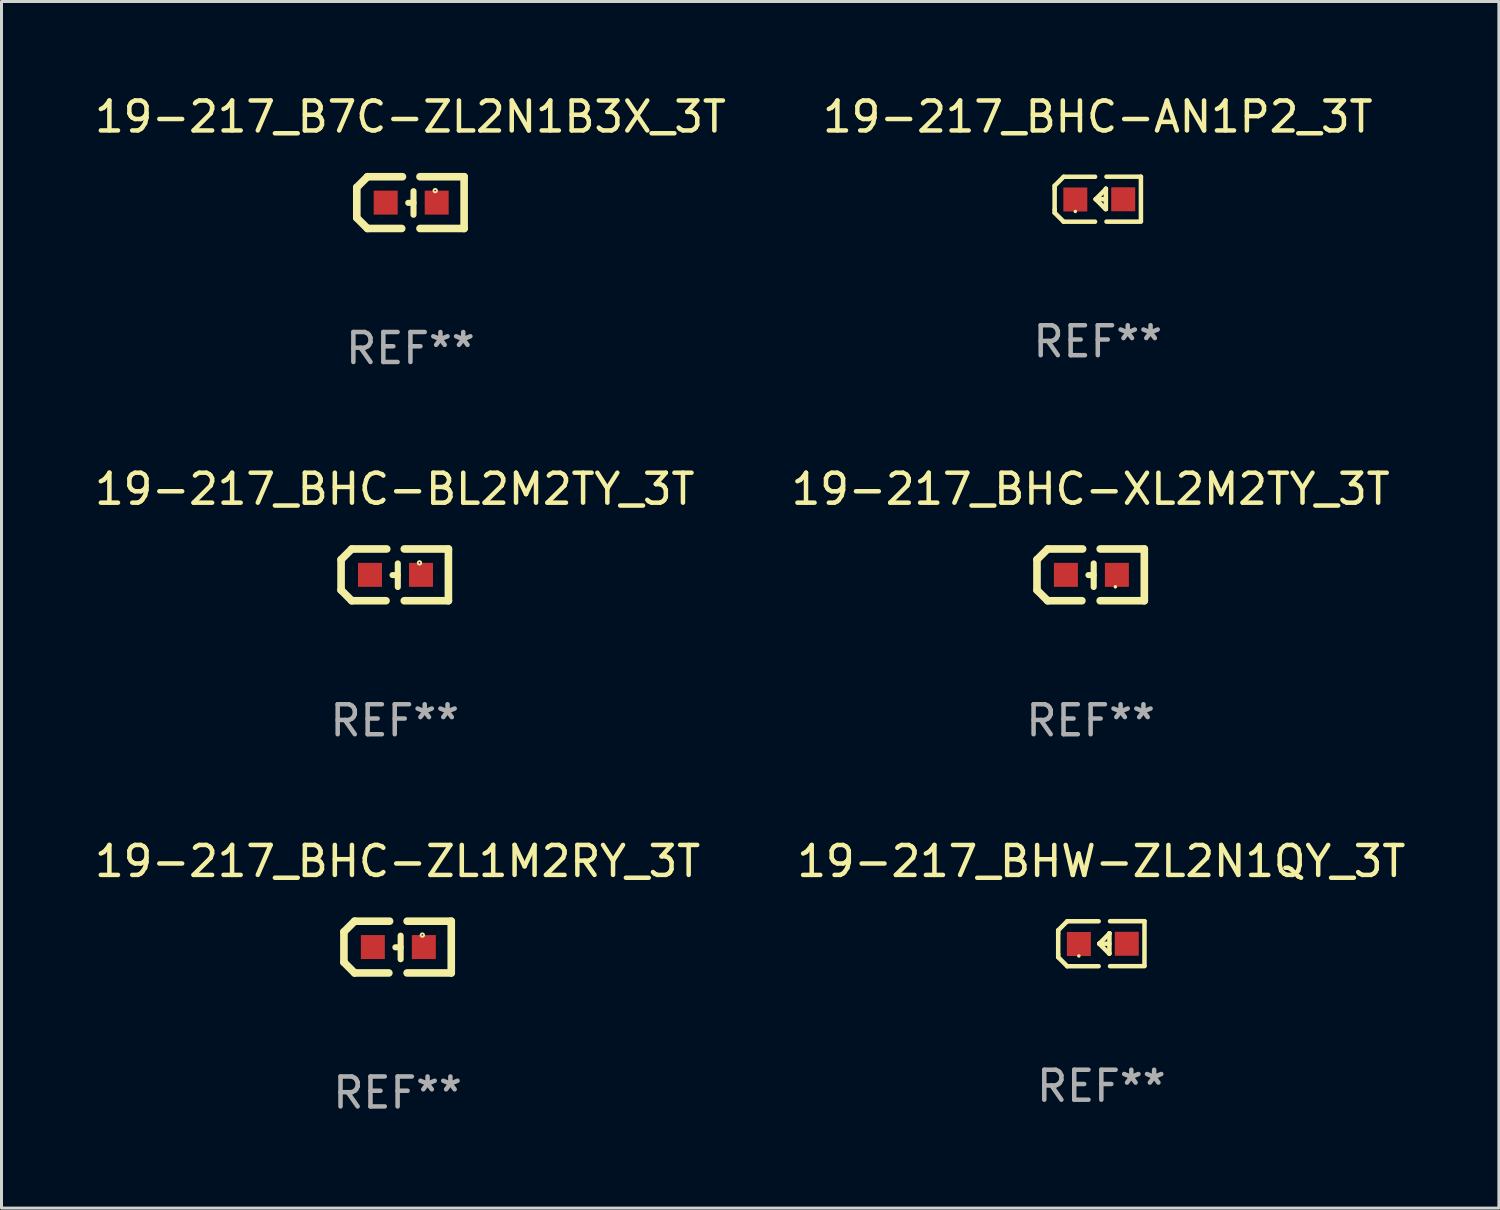
<source format=kicad_pcb>
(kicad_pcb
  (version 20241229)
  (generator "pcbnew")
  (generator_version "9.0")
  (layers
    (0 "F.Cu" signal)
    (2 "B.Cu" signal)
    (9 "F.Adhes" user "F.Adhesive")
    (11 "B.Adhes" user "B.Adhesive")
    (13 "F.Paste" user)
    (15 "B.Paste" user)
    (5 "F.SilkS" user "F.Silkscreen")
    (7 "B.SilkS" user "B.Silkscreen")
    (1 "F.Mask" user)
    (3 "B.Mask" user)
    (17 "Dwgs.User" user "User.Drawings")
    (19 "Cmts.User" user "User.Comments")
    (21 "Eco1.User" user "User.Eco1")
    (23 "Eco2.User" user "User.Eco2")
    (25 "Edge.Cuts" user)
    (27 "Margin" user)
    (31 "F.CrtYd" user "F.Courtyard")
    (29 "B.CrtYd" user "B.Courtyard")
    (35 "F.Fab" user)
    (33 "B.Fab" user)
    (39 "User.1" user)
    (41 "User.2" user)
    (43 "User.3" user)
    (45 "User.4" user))
  (footprint "19-217_B7C-ZL2N1B3X_3T"
    (layer "F.Cu")
    (at 10.649 3.712)
    (property "Reference" "19-217_B7C-ZL2N1B3X_3T" (at 0 -2.864 0) (layer "F.SilkS") (effects (font (size 1 1) (thickness 0.15))))
    (attr through_hole)
    (fp_line (start -1.791 -0.508) (end -1.435 -0.864) (stroke (width 0.254) (type solid)) (layer "F.SilkS"))
    (fp_line (start -1.791 0.508) (end -1.791 -0.508) (stroke (width 0.254) (type solid)) (layer "F.SilkS"))
    (fp_line (start -1.435 0.864) (end -1.791 0.508) (stroke (width 0.254) (type solid)) (layer "F.SilkS"))
    (fp_line (start -0.292 0.864) (end -1.435 0.864) (stroke (width 0.254) (type solid)) (layer "F.SilkS"))
    (fp_line (start -0.267 -0.864) (end -1.435 -0.864) (stroke (width 0.254) (type solid)) (layer "F.SilkS"))
    (fp_line (start 0.102 0.008) (end -0.074 0.008) (stroke (width 0.203) (type solid)) (layer "F.SilkS"))
    (fp_line (start 0.102 0.406) (end 0.102 -0.381) (stroke (width 0.203) (type solid)) (layer "F.SilkS"))
    (fp_line (start 1.791 -0.864) (end 0.318 -0.864) (stroke (width 0.254) (type solid)) (layer "F.SilkS"))
    (fp_line (start 1.791 0.864) (end 0.318 0.864) (stroke (width 0.254) (type solid)) (layer "F.SilkS"))
    (fp_line (start 1.791 0.864) (end 1.791 -0.864) (stroke (width 0.254) (type solid)) (layer "F.SilkS"))
    (fp_circle (center 0.826 -0.4) (end 0.855 -0.4) (stroke (width 0.06) (type solid)) (fill no) (layer "F.SilkS"))
    (fp_text user "REF**" (at 0 4.864 0) (layer "F.Fab") (effects (font (size 1 1) (thickness 0.15))))
    (pad "1" smd rect (at 0.876 0 90) (size 0.8 0.8) (layers "F.Cu" "F.Mask" "F.Paste"))
    (pad "2" smd rect (at -0.826 0 90) (size 0.8 0.8) (layers "F.Cu" "F.Mask" "F.Paste")))
  (footprint "19-217_BHC-AN1P2_3T"
    (layer "F.Cu")
    (at 33.589 3.599)
    (property "Reference" "19-217_BHC-AN1P2_3T" (at 0 -2.751 0) (layer "F.SilkS") (effects (font (size 1 1) (thickness 0.15))))
    (attr through_hole)
    (fp_line (start -1.44 -0.449) (end -1.14 -0.749) (stroke (width 0.15) (type solid)) (layer "F.SilkS"))
    (fp_line (start -1.44 -0.349) (end -1.44 -0.449) (stroke (width 0.15) (type solid)) (layer "F.SilkS"))
    (fp_line (start -1.44 -0.349) (end -1.44 0.351) (stroke (width 0.15) (type solid)) (layer "F.SilkS"))
    (fp_line (start -1.44 0.351) (end -1.44 0.451) (stroke (width 0.15) (type solid)) (layer "F.SilkS"))
    (fp_line (start -1.44 0.451) (end -1.14 0.751) (stroke (width 0.15) (type solid)) (layer "F.SilkS"))
    (fp_line (start -0.09 -0.749) (end -1.14 -0.749) (stroke (width 0.15) (type solid)) (layer "F.SilkS"))
    (fp_line (start -0.09 0.751) (end -1.14 0.751) (stroke (width 0.15) (type solid)) (layer "F.SilkS"))
    (fp_line (start 0.26 0.329) (end -0.07 -0.001) (stroke (width 0.15) (type solid)) (layer "F.SilkS"))
    (fp_line (start 0.27 -0.351) (end 0.27 -0.341) (stroke (width 0.15) (type solid)) (layer "F.SilkS"))
    (fp_line (start 0.27 -0.351) (end 0.27 0.329) (stroke (width 0.15) (type solid)) (layer "F.SilkS"))
    (fp_line (start 0.27 -0.341) (end -0.07 -0.001) (stroke (width 0.15) (type solid)) (layer "F.SilkS"))
    (fp_line (start 0.27 -0.001) (end -0.07 -0.001) (stroke (width 0.15) (type solid)) (layer "F.SilkS"))
    (fp_line (start 0.27 0.329) (end 0.26 0.329) (stroke (width 0.15) (type solid)) (layer "F.SilkS"))
    (fp_line (start 0.29 -0.751) (end 1.44 -0.751) (stroke (width 0.15) (type solid)) (layer "F.SilkS"))
    (fp_line (start 0.29 0.749) (end 1.44 0.749) (stroke (width 0.15) (type solid)) (layer "F.SilkS"))
    (fp_line (start 1.44 -0.751) (end 1.44 0.729) (stroke (width 0.15) (type solid)) (layer "F.SilkS"))
    (fp_circle (center -0.75 0.409) (end -0.72 0.409) (stroke (width 0.06) (type solid)) (fill no) (layer "F.SilkS"))
    (fp_text user "REF**" (at 0 4.751 0) (layer "F.Fab") (effects (font (size 1 1) (thickness 0.15))))
    (pad "1" smd rect (at -0.75 0.009 90) (size 0.8 0.8) (layers "F.Cu" "F.Mask" "F.Paste"))
    (pad "2" smd rect (at 0.849 0.002 90) (size 0.8 0.8) (layers "F.Cu" "F.Mask" "F.Paste")))
  (footprint "19-217_BHC-BL2M2TY_3T"
    (layer "F.Cu")
    (at 10.125 16.136)
    (property "Reference" "19-217_BHC-BL2M2TY_3T" (at 0 -2.864 0) (layer "F.SilkS") (effects (font (size 1 1) (thickness 0.15))))
    (attr through_hole)
    (fp_line (start -1.791 -0.508) (end -1.435 -0.864) (stroke (width 0.254) (type solid)) (layer "F.SilkS"))
    (fp_line (start -1.791 0.508) (end -1.791 -0.508) (stroke (width 0.254) (type solid)) (layer "F.SilkS"))
    (fp_line (start -1.435 0.864) (end -1.791 0.508) (stroke (width 0.254) (type solid)) (layer "F.SilkS"))
    (fp_line (start -0.292 0.864) (end -1.435 0.864) (stroke (width 0.254) (type solid)) (layer "F.SilkS"))
    (fp_line (start -0.267 -0.864) (end -1.435 -0.864) (stroke (width 0.254) (type solid)) (layer "F.SilkS"))
    (fp_line (start 0.102 0.008) (end -0.074 0.008) (stroke (width 0.203) (type solid)) (layer "F.SilkS"))
    (fp_line (start 0.102 0.406) (end 0.102 -0.381) (stroke (width 0.203) (type solid)) (layer "F.SilkS"))
    (fp_line (start 1.791 -0.864) (end 0.318 -0.864) (stroke (width 0.254) (type solid)) (layer "F.SilkS"))
    (fp_line (start 1.791 0.864) (end 0.318 0.864) (stroke (width 0.254) (type solid)) (layer "F.SilkS"))
    (fp_line (start 1.791 0.864) (end 1.791 -0.864) (stroke (width 0.254) (type solid)) (layer "F.SilkS"))
    (fp_circle (center 0.826 -0.4) (end 0.855 -0.4) (stroke (width 0.06) (type solid)) (fill no) (layer "F.SilkS"))
    (fp_text user "REF**" (at 0 4.864 0) (layer "F.Fab") (effects (font (size 1 1) (thickness 0.15))))
    (pad "1" smd rect (at 0.876 0 90) (size 0.8 0.8) (layers "F.Cu" "F.Mask" "F.Paste"))
    (pad "2" smd rect (at -0.826 0 90) (size 0.8 0.8) (layers "F.Cu" "F.Mask" "F.Paste")))
  (footprint "19-217_BHC-ZL1M2RY_3T"
    (layer "F.Cu")
    (at 10.22 28.559)
    (property "Reference" "19-217_BHC-ZL1M2RY_3T" (at 0 -2.864 0) (layer "F.SilkS") (effects (font (size 1 1) (thickness 0.15))))
    (attr through_hole)
    (fp_line (start -1.791 -0.508) (end -1.435 -0.864) (stroke (width 0.254) (type solid)) (layer "F.SilkS"))
    (fp_line (start -1.791 0.508) (end -1.791 -0.508) (stroke (width 0.254) (type solid)) (layer "F.SilkS"))
    (fp_line (start -1.435 0.864) (end -1.791 0.508) (stroke (width 0.254) (type solid)) (layer "F.SilkS"))
    (fp_line (start -0.292 0.864) (end -1.435 0.864) (stroke (width 0.254) (type solid)) (layer "F.SilkS"))
    (fp_line (start -0.267 -0.864) (end -1.435 -0.864) (stroke (width 0.254) (type solid)) (layer "F.SilkS"))
    (fp_line (start 0.102 0.008) (end -0.074 0.008) (stroke (width 0.203) (type solid)) (layer "F.SilkS"))
    (fp_line (start 0.102 0.406) (end 0.102 -0.381) (stroke (width 0.203) (type solid)) (layer "F.SilkS"))
    (fp_line (start 1.791 -0.864) (end 0.318 -0.864) (stroke (width 0.254) (type solid)) (layer "F.SilkS"))
    (fp_line (start 1.791 0.864) (end 0.318 0.864) (stroke (width 0.254) (type solid)) (layer "F.SilkS"))
    (fp_line (start 1.791 0.864) (end 1.791 -0.864) (stroke (width 0.254) (type solid)) (layer "F.SilkS"))
    (fp_circle (center 0.826 -0.4) (end 0.855 -0.4) (stroke (width 0.06) (type solid)) (fill no) (layer "F.SilkS"))
    (fp_text user "REF**" (at 0 4.864 0) (layer "F.Fab") (effects (font (size 1 1) (thickness 0.15))))
    (pad "1" smd rect (at 0.876 0 90) (size 0.8 0.8) (layers "F.Cu" "F.Mask" "F.Paste"))
    (pad "2" smd rect (at -0.826 0 90) (size 0.8 0.8) (layers "F.Cu" "F.Mask" "F.Paste")))
  (footprint "19-217_BHW-ZL2N1QY_3T"
    (layer "F.Cu")
    (at 33.708 28.447)
    (property "Reference" "19-217_BHW-ZL2N1QY_3T" (at 0 -2.751 0) (layer "F.SilkS") (effects (font (size 1 1) (thickness 0.15))))
    (attr through_hole)
    (fp_line (start -1.44 -0.449) (end -1.14 -0.749) (stroke (width 0.15) (type solid)) (layer "F.SilkS"))
    (fp_line (start -1.44 -0.349) (end -1.44 -0.449) (stroke (width 0.15) (type solid)) (layer "F.SilkS"))
    (fp_line (start -1.44 -0.349) (end -1.44 0.351) (stroke (width 0.15) (type solid)) (layer "F.SilkS"))
    (fp_line (start -1.44 0.351) (end -1.44 0.451) (stroke (width 0.15) (type solid)) (layer "F.SilkS"))
    (fp_line (start -1.44 0.451) (end -1.14 0.751) (stroke (width 0.15) (type solid)) (layer "F.SilkS"))
    (fp_line (start -0.09 -0.749) (end -1.14 -0.749) (stroke (width 0.15) (type solid)) (layer "F.SilkS"))
    (fp_line (start -0.09 0.751) (end -1.14 0.751) (stroke (width 0.15) (type solid)) (layer "F.SilkS"))
    (fp_line (start 0.26 0.329) (end -0.07 -0.001) (stroke (width 0.15) (type solid)) (layer "F.SilkS"))
    (fp_line (start 0.27 -0.351) (end 0.27 -0.341) (stroke (width 0.15) (type solid)) (layer "F.SilkS"))
    (fp_line (start 0.27 -0.351) (end 0.27 0.329) (stroke (width 0.15) (type solid)) (layer "F.SilkS"))
    (fp_line (start 0.27 -0.341) (end -0.07 -0.001) (stroke (width 0.15) (type solid)) (layer "F.SilkS"))
    (fp_line (start 0.27 -0.001) (end -0.07 -0.001) (stroke (width 0.15) (type solid)) (layer "F.SilkS"))
    (fp_line (start 0.27 0.329) (end 0.26 0.329) (stroke (width 0.15) (type solid)) (layer "F.SilkS"))
    (fp_line (start 0.29 -0.751) (end 1.44 -0.751) (stroke (width 0.15) (type solid)) (layer "F.SilkS"))
    (fp_line (start 0.29 0.749) (end 1.44 0.749) (stroke (width 0.15) (type solid)) (layer "F.SilkS"))
    (fp_line (start 1.44 -0.751) (end 1.44 0.729) (stroke (width 0.15) (type solid)) (layer "F.SilkS"))
    (fp_circle (center -0.75 0.409) (end -0.72 0.409) (stroke (width 0.06) (type solid)) (fill no) (layer "F.SilkS"))
    (fp_text user "REF**" (at 0 4.751 0) (layer "F.Fab") (effects (font (size 1 1) (thickness 0.15))))
    (pad "1" smd rect (at -0.75 0.009 90) (size 0.8 0.8) (layers "F.Cu" "F.Mask" "F.Paste"))
    (pad "2" smd rect (at 0.849 0.002 90) (size 0.8 0.8) (layers "F.Cu" "F.Mask" "F.Paste")))
  (footprint "19-217_BHC-XL2M2TY_3T"
    (layer "F.Cu")
    (at 33.351 16.136)
    (property "Reference" "19-217_BHC-XL2M2TY_3T" (at 0 -2.864 0) (layer "F.SilkS") (effects (font (size 1 1) (thickness 0.15))))
    (attr through_hole)
    (fp_line (start -1.791 -0.508) (end -1.435 -0.864) (stroke (width 0.254) (type solid)) (layer "F.SilkS"))
    (fp_line (start -1.791 0.508) (end -1.791 -0.508) (stroke (width 0.254) (type solid)) (layer "F.SilkS"))
    (fp_line (start -1.435 0.864) (end -1.791 0.508) (stroke (width 0.254) (type solid)) (layer "F.SilkS"))
    (fp_line (start -0.292 0.864) (end -1.435 0.864) (stroke (width 0.254) (type solid)) (layer "F.SilkS"))
    (fp_line (start -0.267 -0.864) (end -1.435 -0.864) (stroke (width 0.254) (type solid)) (layer "F.SilkS"))
    (fp_line (start 0.102 0.008) (end -0.074 0.008) (stroke (width 0.203) (type solid)) (layer "F.SilkS"))
    (fp_line (start 0.102 0.406) (end 0.102 -0.381) (stroke (width 0.203) (type solid)) (layer "F.SilkS"))
    (fp_line (start 1.791 -0.864) (end 0.318 -0.864) (stroke (width 0.254) (type solid)) (layer "F.SilkS"))
    (fp_line (start 1.791 0.864) (end 0.318 0.864) (stroke (width 0.254) (type solid)) (layer "F.SilkS"))
    (fp_line (start 1.791 0.864) (end 1.791 -0.864) (stroke (width 0.254) (type solid)) (layer "F.SilkS"))
    (fp_circle (center 0.825 0.4) (end 0.855 0.4) (stroke (width 0.06) (type solid)) (fill no) (layer "F.SilkS"))
    (fp_text user "REF**" (at 0 4.864 0) (layer "F.Fab") (effects (font (size 1 1) (thickness 0.15))))
    (pad "1" smd rect (at 0.876 0 90) (size 0.8 0.8) (layers "F.Cu" "F.Mask" "F.Paste"))
    (pad "2" smd rect (at -0.826 0 90) (size 0.8 0.8) (layers "F.Cu" "F.Mask" "F.Paste")))
  (gr_rect
    (start -3 -3)
    (end 46.976 37.271)
    (stroke (width 0.1) (type default))
    (fill no)
    (layer "Edge.Cuts")))
</source>
